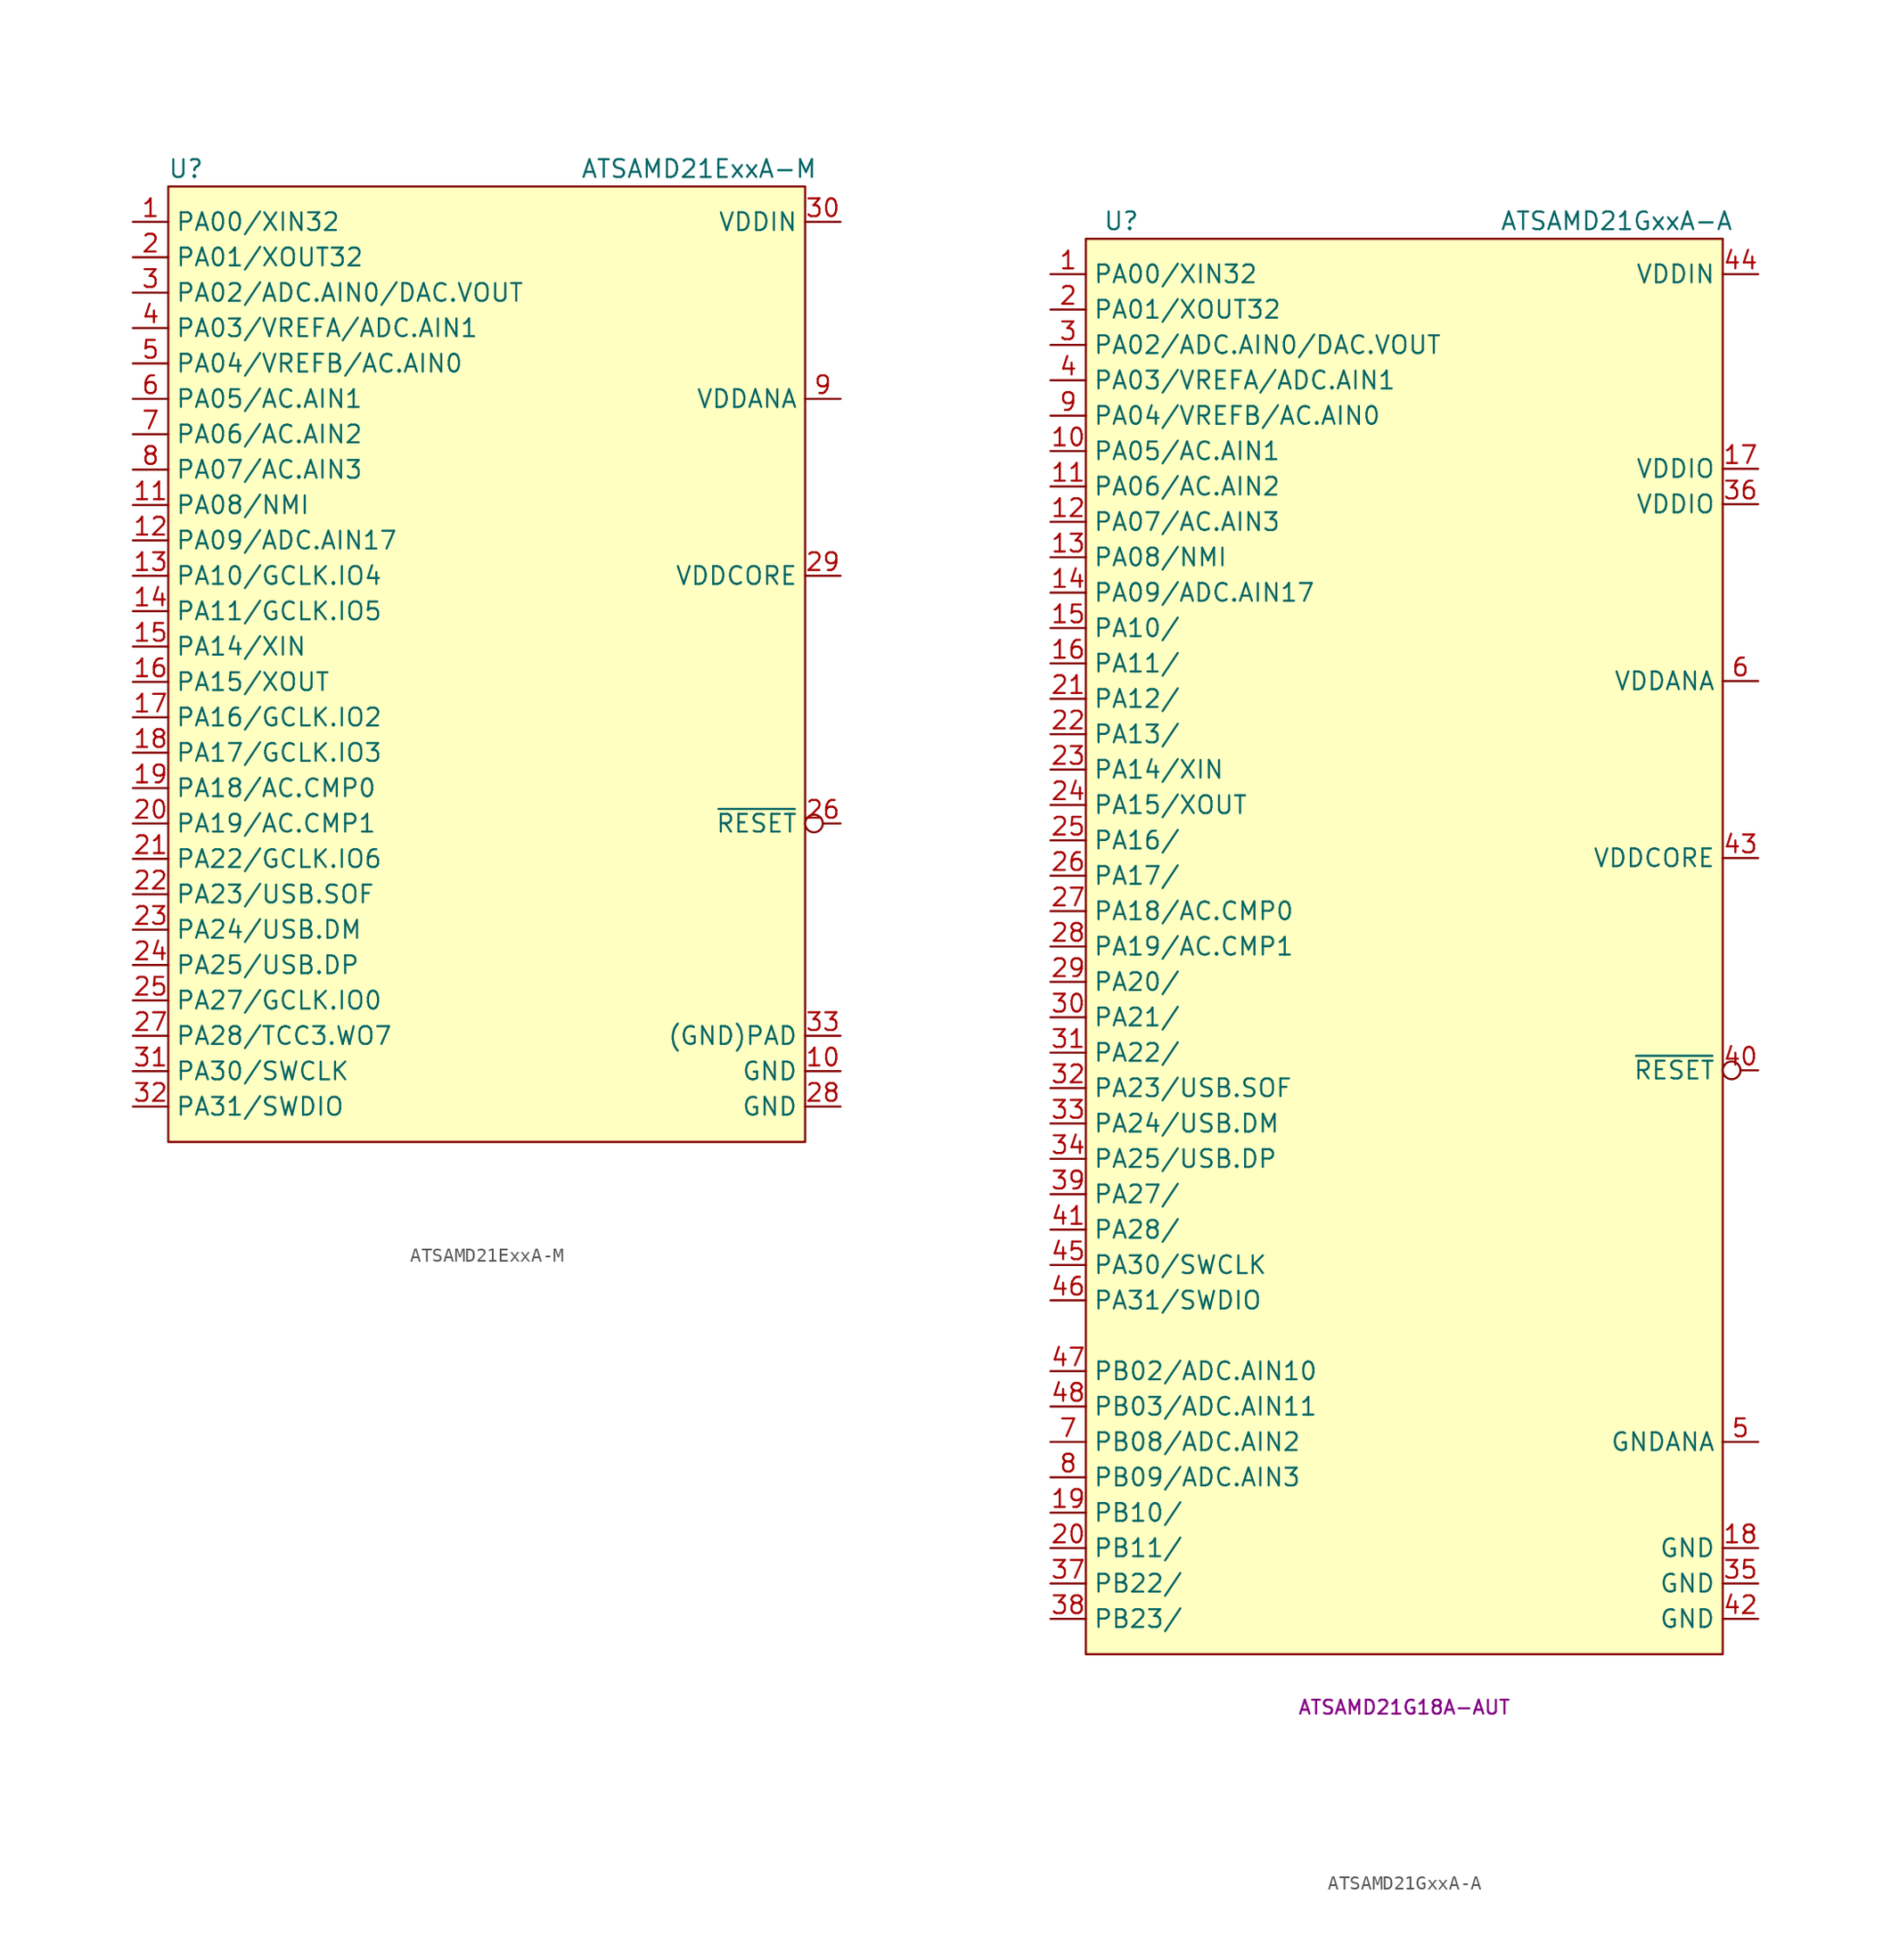
<source format=kicad_sym>
(kicad_symbol_lib
  (version 20231120)
  (generator "kicad_symbol_editor")
  (generator_version "8.0")
  (symbol "ATSAMD21ExxA-M"
    (property "Reference" "U"
      (at -21.59 34.29 0)
      (effects (font (size 1.27 1.27))))
    (property "Value" "ATSAMD21ExxA-M"
      (at 15.24 34.29 0)
      (effects (font (size 1.27 1.27))))
    (symbol "ATSAMD21ExxA-M_0_1"
      (rectangle (start -22.86 33.02) (end 22.86 -35.56) (stroke (width 0.152) (type default)) (fill (type background))))
    (symbol "ATSAMD21ExxA-M_1_1"
      (pin bidirectional line (at -25.4 30.48 0) (length 2.54) (name "PA00/XIN32" (effects (font (size 1.27 1.27)))) (number "1" (effects (font (size 1.27 1.27)))))
      (pin power_in line (at 25.4 -30.48 180) (length 2.54) (name "GND" (effects (font (size 1.27 1.27)))) (number "10" (effects (font (size 1.27 1.27)))))
      (pin bidirectional line (at -25.4 10.16 0) (length 2.54) (name "PA08/NMI" (effects (font (size 1.27 1.27)))) (number "11" (effects (font (size 1.27 1.27)))))
      (pin bidirectional line (at -25.4 7.62 0) (length 2.54) (name "PA09/ADC.AIN17" (effects (font (size 1.27 1.27)))) (number "12" (effects (font (size 1.27 1.27)))))
      (pin bidirectional line (at -25.4 5.08 0) (length 2.54) (name "PA10/GCLK.IO4" (effects (font (size 1.27 1.27)))) (number "13" (effects (font (size 1.27 1.27)))))
      (pin bidirectional line (at -25.4 2.54 0) (length 2.54) (name "PA11/GCLK.IO5" (effects (font (size 1.27 1.27)))) (number "14" (effects (font (size 1.27 1.27)))))
      (pin bidirectional line (at -25.4 0 0) (length 2.54) (name "PA14/XIN" (effects (font (size 1.27 1.27)))) (number "15" (effects (font (size 1.27 1.27)))))
      (pin bidirectional line (at -25.4 -2.54 0) (length 2.54) (name "PA15/XOUT" (effects (font (size 1.27 1.27)))) (number "16" (effects (font (size 1.27 1.27)))))
      (pin bidirectional line (at -25.4 -5.08 0) (length 2.54) (name "PA16/GCLK.IO2" (effects (font (size 1.27 1.27)))) (number "17" (effects (font (size 1.27 1.27)))))
      (pin bidirectional line (at -25.4 -7.62 0) (length 2.54) (name "PA17/GCLK.IO3" (effects (font (size 1.27 1.27)))) (number "18" (effects (font (size 1.27 1.27)))))
      (pin bidirectional line (at -25.4 -10.16 0) (length 2.54) (name "PA18/AC.CMP0" (effects (font (size 1.27 1.27)))) (number "19" (effects (font (size 1.27 1.27)))))
      (pin bidirectional line (at -25.4 27.94 0) (length 2.54) (name "PA01/XOUT32" (effects (font (size 1.27 1.27)))) (number "2" (effects (font (size 1.27 1.27)))))
      (pin bidirectional line (at -25.4 -12.7 0) (length 2.54) (name "PA19/AC.CMP1" (effects (font (size 1.27 1.27)))) (number "20" (effects (font (size 1.27 1.27)))))
      (pin bidirectional line (at -25.4 -15.24 0) (length 2.54) (name "PA22/GCLK.IO6" (effects (font (size 1.27 1.27)))) (number "21" (effects (font (size 1.27 1.27)))))
      (pin bidirectional line (at -25.4 -17.78 0) (length 2.54) (name "PA23/USB.SOF" (effects (font (size 1.27 1.27)))) (number "22" (effects (font (size 1.27 1.27)))))
      (pin bidirectional line (at -25.4 -20.32 0) (length 2.54) (name "PA24/USB.DM" (effects (font (size 1.27 1.27)))) (number "23" (effects (font (size 1.27 1.27)))))
      (pin bidirectional line (at -25.4 -22.86 0) (length 2.54) (name "PA25/USB.DP" (effects (font (size 1.27 1.27)))) (number "24" (effects (font (size 1.27 1.27)))))
      (pin bidirectional line (at -25.4 -25.4 0) (length 2.54) (name "PA27/GCLK.IO0" (effects (font (size 1.27 1.27)))) (number "25" (effects (font (size 1.27 1.27)))))
      (pin input inverted (at 25.4 -12.7 180) (length 2.54) (name "~{RESET}" (effects (font (size 1.27 1.27)))) (number "26" (effects (font (size 1.27 1.27)))))
      (pin bidirectional line (at -25.4 -27.94 0) (length 2.54) (name "PA28/TCC3.WO7" (effects (font (size 1.27 1.27)))) (number "27" (effects (font (size 1.27 1.27)))))
      (pin power_in line (at 25.4 -33.02 180) (length 2.54) (name "GND" (effects (font (size 1.27 1.27)))) (number "28" (effects (font (size 1.27 1.27)))))
      (pin power_in line (at 25.4 5.08 180) (length 2.54) (name "VDDCORE" (effects (font (size 1.27 1.27)))) (number "29" (effects (font (size 1.27 1.27)))))
      (pin bidirectional line (at -25.4 25.4 0) (length 2.54) (name "PA02/ADC.AIN0/DAC.VOUT" (effects (font (size 1.27 1.27)))) (number "3" (effects (font (size 1.27 1.27)))))
      (pin power_in line (at 25.4 30.48 180) (length 2.54) (name "VDDIN" (effects (font (size 1.27 1.27)))) (number "30" (effects (font (size 1.27 1.27)))))
      (pin bidirectional line (at -25.4 -30.48 0) (length 2.54) (name "PA30/SWCLK" (effects (font (size 1.27 1.27)))) (number "31" (effects (font (size 1.27 1.27)))))
      (pin bidirectional line (at -25.4 -33.02 0) (length 2.54) (name "PA31/SWDIO" (effects (font (size 1.27 1.27)))) (number "32" (effects (font (size 1.27 1.27)))))
      (pin power_in line (at 25.4 -27.94 180) (length 2.54) (name "(GND)PAD" (effects (font (size 1.27 1.27)))) (number "33" (effects (font (size 1.27 1.27)))))
      (pin bidirectional line (at -25.4 22.86 0) (length 2.54) (name "PA03/VREFA/ADC.AIN1" (effects (font (size 1.27 1.27)))) (number "4" (effects (font (size 1.27 1.27)))))
      (pin bidirectional line (at -25.4 20.32 0) (length 2.54) (name "PA04/VREFB/AC.AIN0" (effects (font (size 1.27 1.27)))) (number "5" (effects (font (size 1.27 1.27)))))
      (pin bidirectional line (at -25.4 17.78 0) (length 2.54) (name "PA05/AC.AIN1" (effects (font (size 1.27 1.27)))) (number "6" (effects (font (size 1.27 1.27)))))
      (pin bidirectional line (at -25.4 15.24 0) (length 2.54) (name "PA06/AC.AIN2" (effects (font (size 1.27 1.27)))) (number "7" (effects (font (size 1.27 1.27)))))
      (pin bidirectional line (at -25.4 12.7 0) (length 2.54) (name "PA07/AC.AIN3" (effects (font (size 1.27 1.27)))) (number "8" (effects (font (size 1.27 1.27)))))
      (pin power_in line (at 25.4 17.78 180) (length 2.54) (name "VDDANA" (effects (font (size 1.27 1.27)))) (number "9" (effects (font (size 1.27 1.27)))))))
  (symbol "ATSAMD21GxxA-A"
    (property "Reference" "U"
      (at -20.32 49.53 0)
      (effects (font (size 1.27 1.27))))
    (property "Value" "ATSAMD21GxxA-A"
      (at 15.24 49.53 0)
      (effects (font (size 1.27 1.27))))
    (property "MPN" "ATSAMD21G18A-AUT"
      (at 0 -57.15 0)
      (effects (font (size 1 1))))
    (symbol "ATSAMD21GxxA-A_0_1"
      (rectangle (start -22.86 48.26) (end 22.86 -53.34) (stroke (width 0.152) (type default)) (fill (type background))))
    (symbol "ATSAMD21GxxA-A_1_1"
      (pin bidirectional line (at -25.4 45.72 0) (length 2.54) (name "PA00/XIN32" (effects (font (size 1.27 1.27)))) (number "1" (effects (font (size 1.27 1.27)))))
      (pin bidirectional line (at -25.4 33.02 0) (length 2.54) (name "PA05/AC.AIN1" (effects (font (size 1.27 1.27)))) (number "10" (effects (font (size 1.27 1.27)))))
      (pin bidirectional line (at -25.4 30.48 0) (length 2.54) (name "PA06/AC.AIN2" (effects (font (size 1.27 1.27)))) (number "11" (effects (font (size 1.27 1.27)))))
      (pin bidirectional line (at -25.4 27.94 0) (length 2.54) (name "PA07/AC.AIN3" (effects (font (size 1.27 1.27)))) (number "12" (effects (font (size 1.27 1.27)))))
      (pin bidirectional line (at -25.4 25.4 0) (length 2.54) (name "PA08/NMI" (effects (font (size 1.27 1.27)))) (number "13" (effects (font (size 1.27 1.27)))))
      (pin bidirectional line (at -25.4 22.86 0) (length 2.54) (name "PA09/ADC.AIN17" (effects (font (size 1.27 1.27)))) (number "14" (effects (font (size 1.27 1.27)))))
      (pin bidirectional line (at -25.4 20.32 0) (length 2.54) (name "PA10/" (effects (font (size 1.27 1.27)))) (number "15" (effects (font (size 1.27 1.27)))))
      (pin bidirectional line (at -25.4 17.78 0) (length 2.54) (name "PA11/" (effects (font (size 1.27 1.27)))) (number "16" (effects (font (size 1.27 1.27)))))
      (pin power_in line (at 25.4 31.75 180) (length 2.54) (name "VDDIO" (effects (font (size 1.27 1.27)))) (number "17" (effects (font (size 1.27 1.27)))))
      (pin power_in line (at 25.4 -45.72 180) (length 2.54) (name "GND" (effects (font (size 1.27 1.27)))) (number "18" (effects (font (size 1.27 1.27)))))
      (pin bidirectional line (at -25.4 -43.18 0) (length 2.54) (name "PB10/" (effects (font (size 1.27 1.27)))) (number "19" (effects (font (size 1.27 1.27)))))
      (pin bidirectional line (at -25.4 43.18 0) (length 2.54) (name "PA01/XOUT32" (effects (font (size 1.27 1.27)))) (number "2" (effects (font (size 1.27 1.27)))))
      (pin bidirectional line (at -25.4 -45.72 0) (length 2.54) (name "PB11/" (effects (font (size 1.27 1.27)))) (number "20" (effects (font (size 1.27 1.27)))))
      (pin bidirectional line (at -25.4 15.24 0) (length 2.54) (name "PA12/" (effects (font (size 1.27 1.27)))) (number "21" (effects (font (size 1.27 1.27)))))
      (pin bidirectional line (at -25.4 12.7 0) (length 2.54) (name "PA13/" (effects (font (size 1.27 1.27)))) (number "22" (effects (font (size 1.27 1.27)))))
      (pin bidirectional line (at -25.4 10.16 0) (length 2.54) (name "PA14/XIN" (effects (font (size 1.27 1.27)))) (number "23" (effects (font (size 1.27 1.27)))))
      (pin bidirectional line (at -25.4 7.62 0) (length 2.54) (name "PA15/XOUT" (effects (font (size 1.27 1.27)))) (number "24" (effects (font (size 1.27 1.27)))))
      (pin bidirectional line (at -25.4 5.08 0) (length 2.54) (name "PA16/" (effects (font (size 1.27 1.27)))) (number "25" (effects (font (size 1.27 1.27)))))
      (pin bidirectional line (at -25.4 2.54 0) (length 2.54) (name "PA17/" (effects (font (size 1.27 1.27)))) (number "26" (effects (font (size 1.27 1.27)))))
      (pin bidirectional line (at -25.4 0 0) (length 2.54) (name "PA18/AC.CMP0" (effects (font (size 1.27 1.27)))) (number "27" (effects (font (size 1.27 1.27)))))
      (pin bidirectional line (at -25.4 -2.54 0) (length 2.54) (name "PA19/AC.CMP1" (effects (font (size 1.27 1.27)))) (number "28" (effects (font (size 1.27 1.27)))))
      (pin bidirectional line (at -25.4 -5.08 0) (length 2.54) (name "PA20/" (effects (font (size 1.27 1.27)))) (number "29" (effects (font (size 1.27 1.27)))))
      (pin bidirectional line (at -25.4 40.64 0) (length 2.54) (name "PA02/ADC.AIN0/DAC.VOUT" (effects (font (size 1.27 1.27)))) (number "3" (effects (font (size 1.27 1.27)))))
      (pin bidirectional line (at -25.4 -7.62 0) (length 2.54) (name "PA21/" (effects (font (size 1.27 1.27)))) (number "30" (effects (font (size 1.27 1.27)))))
      (pin bidirectional line (at -25.4 -10.16 0) (length 2.54) (name "PA22/" (effects (font (size 1.27 1.27)))) (number "31" (effects (font (size 1.27 1.27)))))
      (pin bidirectional line (at -25.4 -12.7 0) (length 2.54) (name "PA23/USB.SOF" (effects (font (size 1.27 1.27)))) (number "32" (effects (font (size 1.27 1.27)))))
      (pin bidirectional line (at -25.4 -15.24 0) (length 2.54) (name "PA24/USB.DM" (effects (font (size 1.27 1.27)))) (number "33" (effects (font (size 1.27 1.27)))))
      (pin bidirectional line (at -25.4 -17.78 0) (length 2.54) (name "PA25/USB.DP" (effects (font (size 1.27 1.27)))) (number "34" (effects (font (size 1.27 1.27)))))
      (pin power_in line (at 25.4 -48.26 180) (length 2.54) (name "GND" (effects (font (size 1.27 1.27)))) (number "35" (effects (font (size 1.27 1.27)))))
      (pin power_in line (at 25.4 29.21 180) (length 2.54) (name "VDDIO" (effects (font (size 1.27 1.27)))) (number "36" (effects (font (size 1.27 1.27)))))
      (pin bidirectional line (at -25.4 -48.26 0) (length 2.54) (name "PB22/" (effects (font (size 1.27 1.27)))) (number "37" (effects (font (size 1.27 1.27)))))
      (pin bidirectional line (at -25.4 -50.8 0) (length 2.54) (name "PB23/" (effects (font (size 1.27 1.27)))) (number "38" (effects (font (size 1.27 1.27)))))
      (pin bidirectional line (at -25.4 -20.32 0) (length 2.54) (name "PA27/" (effects (font (size 1.27 1.27)))) (number "39" (effects (font (size 1.27 1.27)))))
      (pin bidirectional line (at -25.4 38.1 0) (length 2.54) (name "PA03/VREFA/ADC.AIN1" (effects (font (size 1.27 1.27)))) (number "4" (effects (font (size 1.27 1.27)))))
      (pin input inverted (at 25.4 -11.43 180) (length 2.54) (name "~{RESET}" (effects (font (size 1.27 1.27)))) (number "40" (effects (font (size 1.27 1.27)))))
      (pin bidirectional line (at -25.4 -22.86 0) (length 2.54) (name "PA28/" (effects (font (size 1.27 1.27)))) (number "41" (effects (font (size 1.27 1.27)))))
      (pin power_in line (at 25.4 -50.8 180) (length 2.54) (name "GND" (effects (font (size 1.27 1.27)))) (number "42" (effects (font (size 1.27 1.27)))))
      (pin power_in line (at 25.4 3.81 180) (length 2.54) (name "VDDCORE" (effects (font (size 1.27 1.27)))) (number "43" (effects (font (size 1.27 1.27)))))
      (pin power_in line (at 25.4 45.72 180) (length 2.54) (name "VDDIN" (effects (font (size 1.27 1.27)))) (number "44" (effects (font (size 1.27 1.27)))))
      (pin bidirectional line (at -25.4 -25.4 0) (length 2.54) (name "PA30/SWCLK" (effects (font (size 1.27 1.27)))) (number "45" (effects (font (size 1.27 1.27)))))
      (pin bidirectional line (at -25.4 -27.94 0) (length 2.54) (name "PA31/SWDIO" (effects (font (size 1.27 1.27)))) (number "46" (effects (font (size 1.27 1.27)))))
      (pin bidirectional line (at -25.4 -33.02 0) (length 2.54) (name "PB02/ADC.AIN10" (effects (font (size 1.27 1.27)))) (number "47" (effects (font (size 1.27 1.27)))))
      (pin bidirectional line (at -25.4 -35.56 0) (length 2.54) (name "PB03/ADC.AIN11" (effects (font (size 1.27 1.27)))) (number "48" (effects (font (size 1.27 1.27)))))
      (pin power_in line (at 25.4 -38.1 180) (length 2.54) (name "GNDANA" (effects (font (size 1.27 1.27)))) (number "5" (effects (font (size 1.27 1.27)))))
      (pin power_in line (at 25.4 16.51 180) (length 2.54) (name "VDDANA" (effects (font (size 1.27 1.27)))) (number "6" (effects (font (size 1.27 1.27)))))
      (pin bidirectional line (at -25.4 -38.1 0) (length 2.54) (name "PB08/ADC.AIN2" (effects (font (size 1.27 1.27)))) (number "7" (effects (font (size 1.27 1.27)))))
      (pin bidirectional line (at -25.4 -40.64 0) (length 2.54) (name "PB09/ADC.AIN3" (effects (font (size 1.27 1.27)))) (number "8" (effects (font (size 1.27 1.27)))))
      (pin bidirectional line (at -25.4 35.56 0) (length 2.54) (name "PA04/VREFB/AC.AIN0" (effects (font (size 1.27 1.27)))) (number "9" (effects (font (size 1.27 1.27))))))))
</source>
